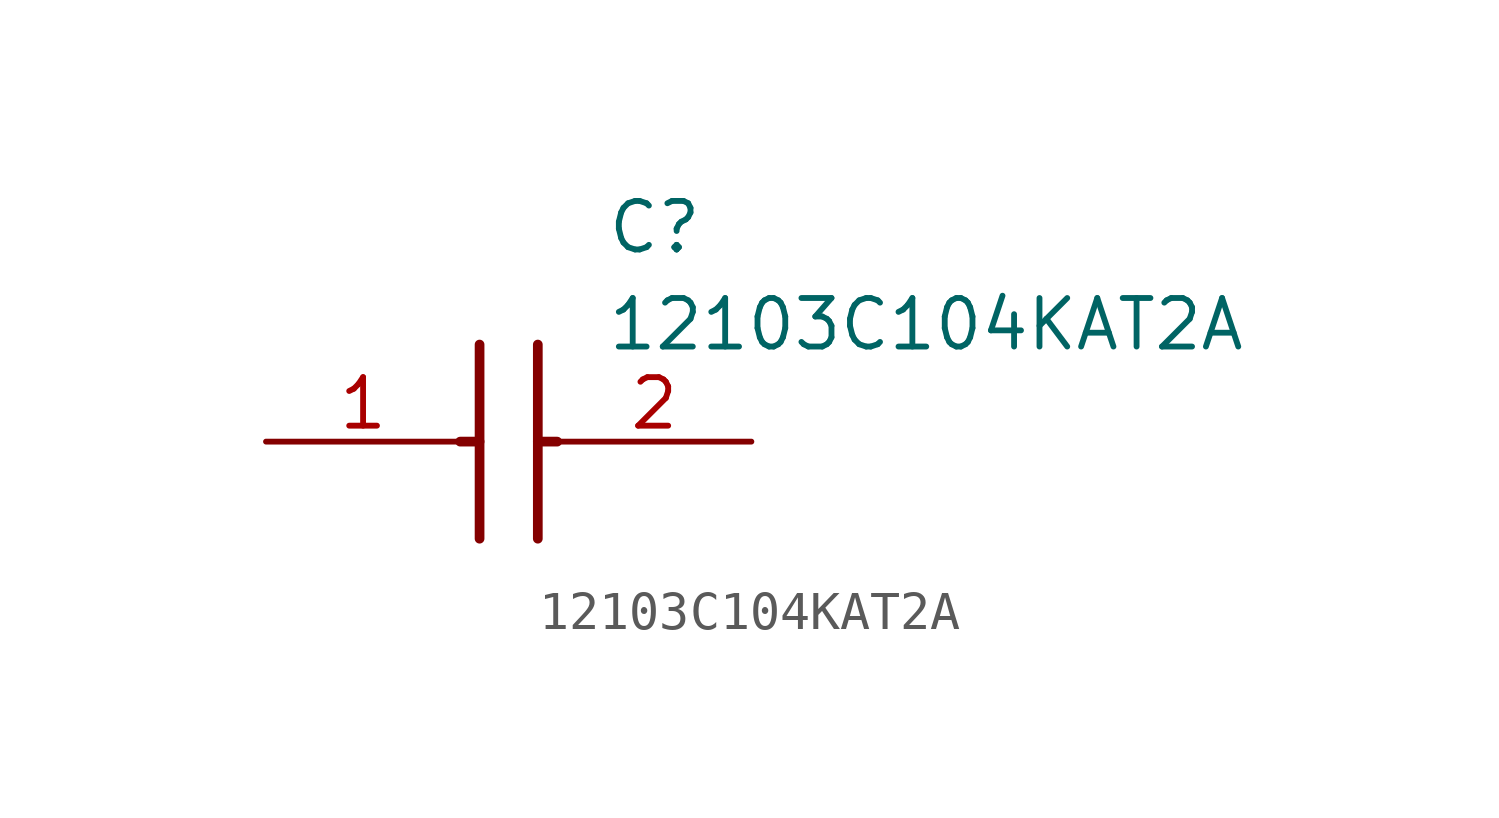
<source format=kicad_sym>
(kicad_symbol_lib
  (version 20211014)
  (generator SamacSys_ECAD_Model)
  (symbol "12103C104KAT2A"
    (pin_names hide)
    (property "Reference" "C"
      (at 8.89 6.35 0)
      (effects (font (size 1.27 1.27)) (justify left top)))
    (property "Value" "12103C104KAT2A"
      (at 8.89 3.81 0)
      (effects (font (size 1.27 1.27)) (justify left top)))
    (polyline
      (pts (xy 5.588 2.54) (xy 5.588 -2.54))
      (stroke (width 0.254) (type default))
      (fill (type none)))
    (polyline
      (pts (xy 7.112 2.54) (xy 7.112 -2.54))
      (stroke (width 0.254) (type default))
      (fill (type none)))
    (polyline
      (pts (xy 5.08 0) (xy 5.588 0))
      (stroke (width 0.254) (type default))
      (fill (type none)))
    (polyline
      (pts (xy 7.112 0) (xy 7.62 0))
      (stroke (width 0.254) (type default))
      (fill (type none)))
    (pin passive line
      (at 0 0 0)
      (length 5.08)
      (name "1" (effects (font (size 1.27 1.27))))
      (number "1" (effects (font (size 1.27 1.27)))))
    (pin passive line
      (at 12.7 0 180)
      (length 5.08)
      (name "2" (effects (font (size 1.27 1.27))))
      (number "2" (effects (font (size 1.27 1.27)))))))
</source>
